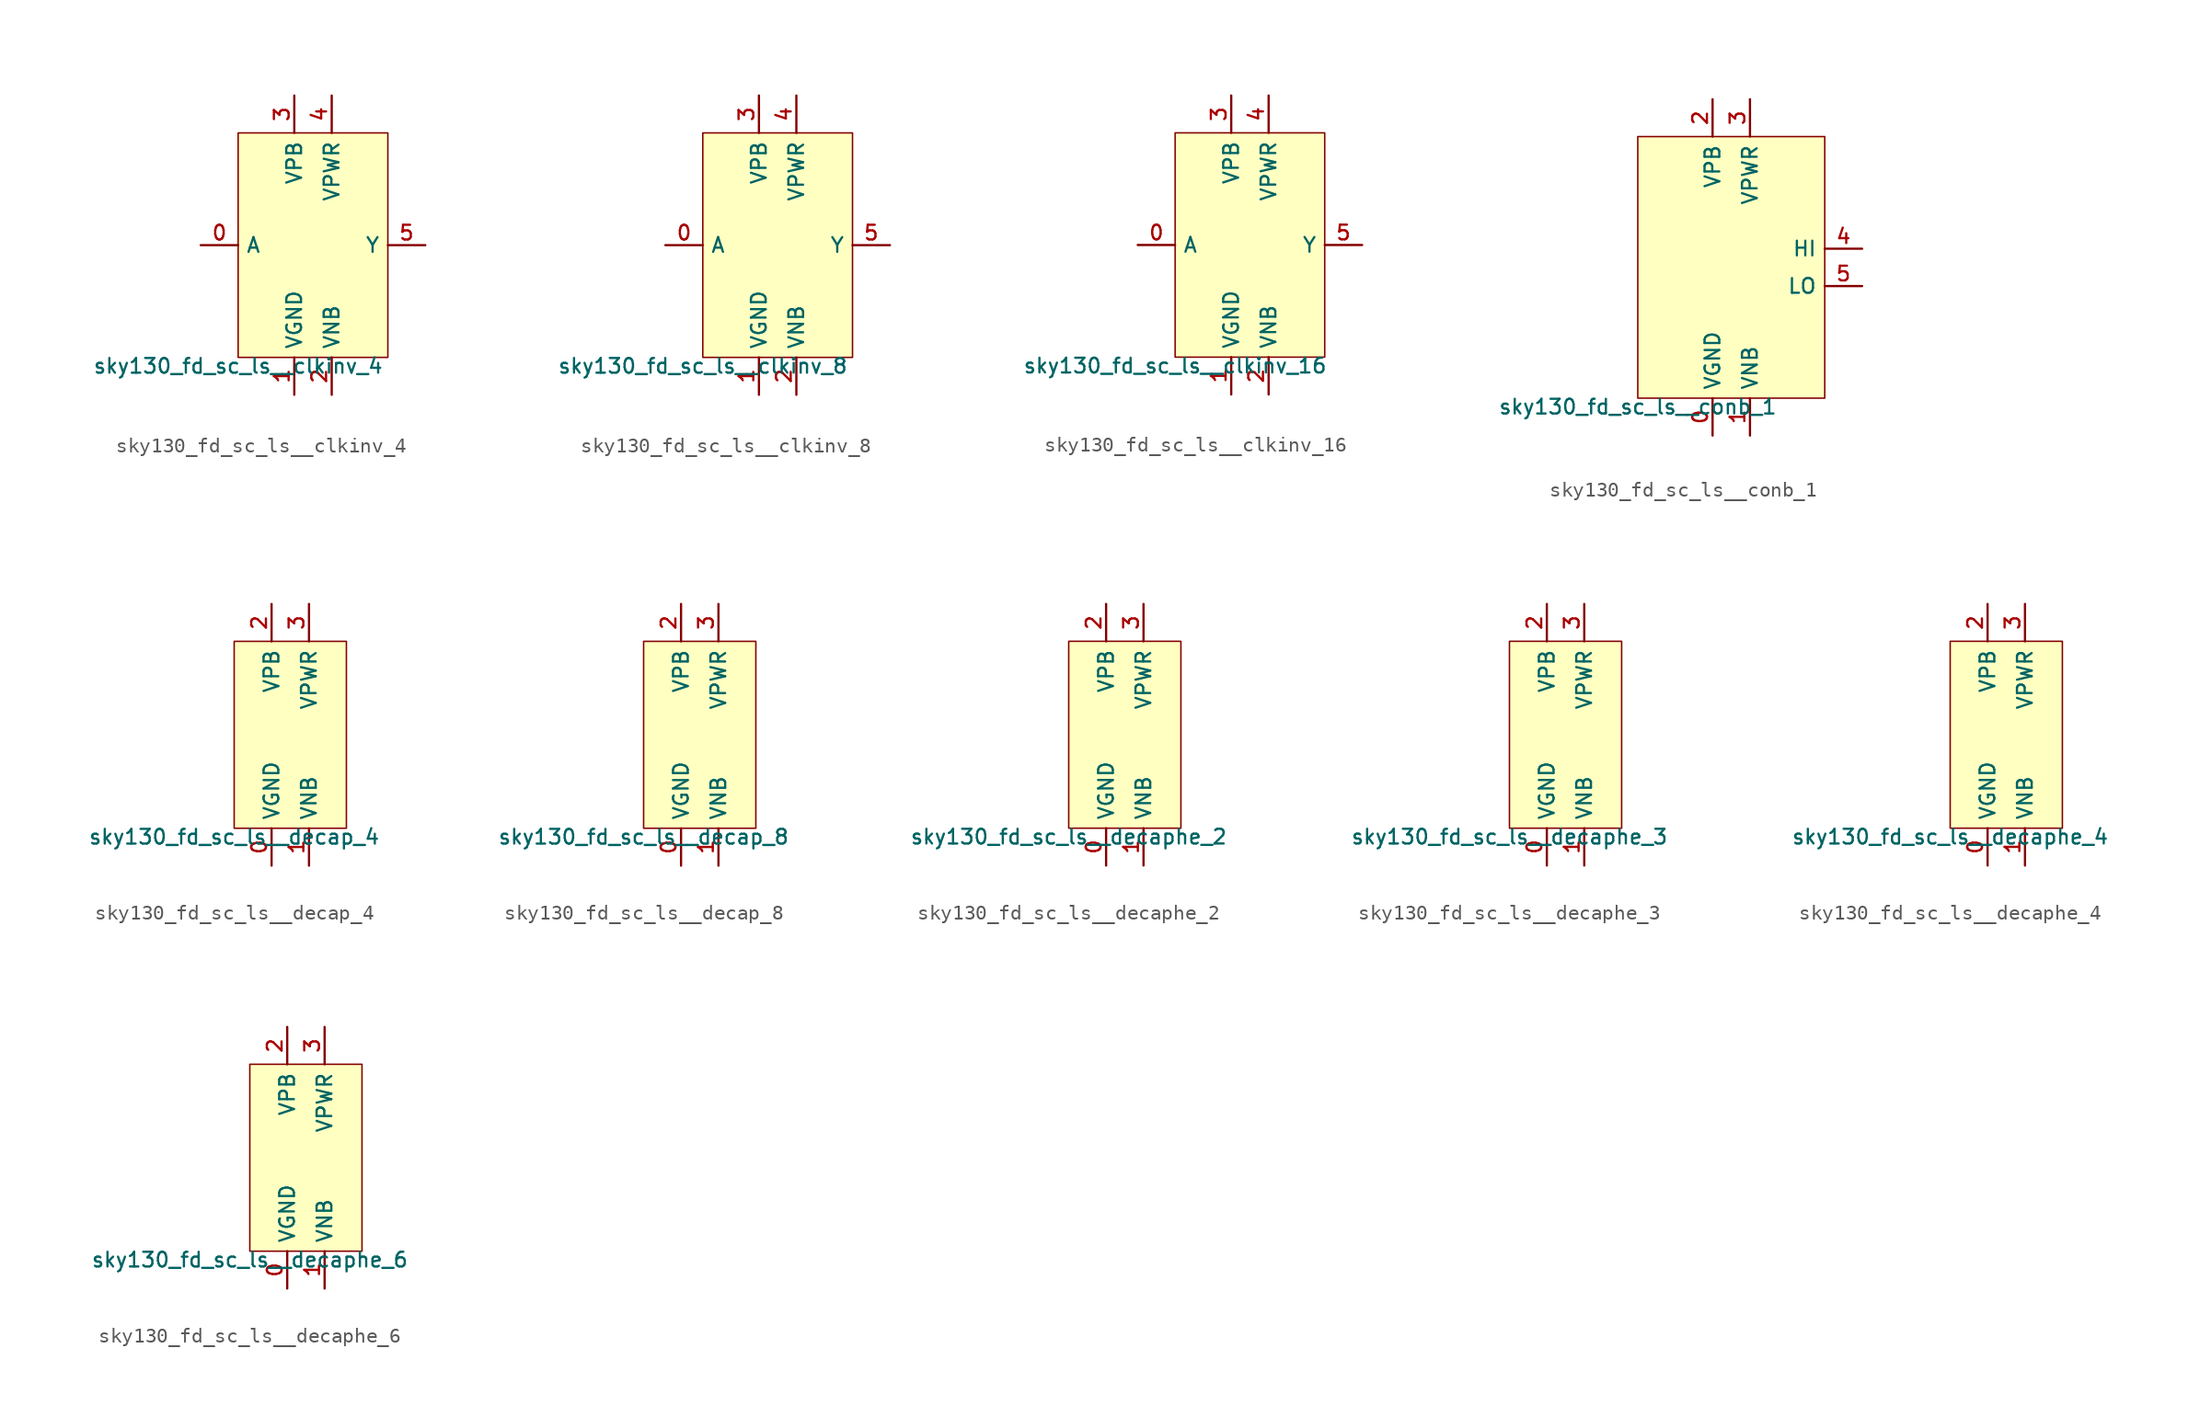
<source format=kicad_sym>
(kicad_symbol_lib
  (version 20211014)
  (generator lef2kicad_sym)
  (symbol "sky130_fd_sc_ls__clkinv_4"
    (property "Reference" "X"
      (at 0 0 0)
      (effects (font (size 1 1)) hide))
    (property "Value" "sky130_fd_sc_ls__clkinv_4"
      (at -5.08 -7.62 0)
      (effects (font (size 1 1)) (justify top)))
    (rectangle
      (start -5.08 -7.62)
      (end 5.08 7.62)
      (stroke (width 0.1) (type solid) (color 0 0 0 0))
      (fill (type background)))
    (pin input line
      (at -7.62 0.0 0)
      (length 2.54)
      (name "A" (effects (font (size 1 1)) hide))
      (number "0" (effects (font (size 1 1)) hide)))
    (pin power_in line
      (at -1.27 -10.16 90)
      (length 2.54)
      (name "VGND" (effects (font (size 1 1)) hide))
      (number "1" (effects (font (size 1 1)) hide)))
    (pin power_in line
      (at 1.27 -10.16 90)
      (length 2.54)
      (name "VNB" (effects (font (size 1 1)) hide))
      (number "2" (effects (font (size 1 1)) hide)))
    (pin power_in line
      (at -1.27 10.16 270)
      (length 2.54)
      (name "VPB" (effects (font (size 1 1)) hide))
      (number "3" (effects (font (size 1 1)) hide)))
    (pin power_in line
      (at 1.27 10.16 270)
      (length 2.54)
      (name "VPWR" (effects (font (size 1 1)) hide))
      (number "4" (effects (font (size 1 1)) hide)))
    (pin output line
      (at 7.62 0.0 180)
      (length 2.54)
      (name "Y" (effects (font (size 1 1)) hide))
      (number "5" (effects (font (size 1 1)) hide))))
  (symbol "sky130_fd_sc_ls__clkinv_8"
    (property "Reference" "X"
      (at 0 0 0)
      (effects (font (size 1 1)) hide))
    (property "Value" "sky130_fd_sc_ls__clkinv_8"
      (at -5.08 -7.62 0)
      (effects (font (size 1 1)) (justify top)))
    (rectangle
      (start -5.08 -7.62)
      (end 5.08 7.62)
      (stroke (width 0.1) (type solid) (color 0 0 0 0))
      (fill (type background)))
    (pin input line
      (at -7.62 0.0 0)
      (length 2.54)
      (name "A" (effects (font (size 1 1)) hide))
      (number "0" (effects (font (size 1 1)) hide)))
    (pin power_in line
      (at -1.27 -10.16 90)
      (length 2.54)
      (name "VGND" (effects (font (size 1 1)) hide))
      (number "1" (effects (font (size 1 1)) hide)))
    (pin power_in line
      (at 1.27 -10.16 90)
      (length 2.54)
      (name "VNB" (effects (font (size 1 1)) hide))
      (number "2" (effects (font (size 1 1)) hide)))
    (pin power_in line
      (at -1.27 10.16 270)
      (length 2.54)
      (name "VPB" (effects (font (size 1 1)) hide))
      (number "3" (effects (font (size 1 1)) hide)))
    (pin power_in line
      (at 1.27 10.16 270)
      (length 2.54)
      (name "VPWR" (effects (font (size 1 1)) hide))
      (number "4" (effects (font (size 1 1)) hide)))
    (pin output line
      (at 7.62 0.0 180)
      (length 2.54)
      (name "Y" (effects (font (size 1 1)) hide))
      (number "5" (effects (font (size 1 1)) hide))))
  (symbol "sky130_fd_sc_ls__clkinv_16"
    (property "Reference" "X"
      (at 0 0 0)
      (effects (font (size 1 1)) hide))
    (property "Value" "sky130_fd_sc_ls__clkinv_16"
      (at -5.08 -7.62 0)
      (effects (font (size 1 1)) (justify top)))
    (rectangle
      (start -5.08 -7.62)
      (end 5.08 7.62)
      (stroke (width 0.1) (type solid) (color 0 0 0 0))
      (fill (type background)))
    (pin input line
      (at -7.62 0.0 0)
      (length 2.54)
      (name "A" (effects (font (size 1 1)) hide))
      (number "0" (effects (font (size 1 1)) hide)))
    (pin power_in line
      (at -1.27 -10.16 90)
      (length 2.54)
      (name "VGND" (effects (font (size 1 1)) hide))
      (number "1" (effects (font (size 1 1)) hide)))
    (pin power_in line
      (at 1.27 -10.16 90)
      (length 2.54)
      (name "VNB" (effects (font (size 1 1)) hide))
      (number "2" (effects (font (size 1 1)) hide)))
    (pin power_in line
      (at -1.27 10.16 270)
      (length 2.54)
      (name "VPB" (effects (font (size 1 1)) hide))
      (number "3" (effects (font (size 1 1)) hide)))
    (pin power_in line
      (at 1.27 10.16 270)
      (length 2.54)
      (name "VPWR" (effects (font (size 1 1)) hide))
      (number "4" (effects (font (size 1 1)) hide)))
    (pin output line
      (at 7.62 0.0 180)
      (length 2.54)
      (name "Y" (effects (font (size 1 1)) hide))
      (number "5" (effects (font (size 1 1)) hide))))
  (symbol "sky130_fd_sc_ls__conb_1"
    (property "Reference" "X"
      (at 0 0 0)
      (effects (font (size 1 1)) hide))
    (property "Value" "sky130_fd_sc_ls__conb_1"
      (at -6.35 -8.89 0)
      (effects (font (size 1 1)) (justify top)))
    (rectangle
      (start -6.35 -8.89)
      (end 6.35 8.89)
      (stroke (width 0.1) (type solid) (color 0 0 0 0))
      (fill (type background)))
    (pin power_in line
      (at -1.27 -11.43 90)
      (length 2.54)
      (name "VGND" (effects (font (size 1 1)) hide))
      (number "0" (effects (font (size 1 1)) hide)))
    (pin power_in line
      (at 1.27 -11.43 90)
      (length 2.54)
      (name "VNB" (effects (font (size 1 1)) hide))
      (number "1" (effects (font (size 1 1)) hide)))
    (pin power_in line
      (at -1.27 11.43 270)
      (length 2.54)
      (name "VPB" (effects (font (size 1 1)) hide))
      (number "2" (effects (font (size 1 1)) hide)))
    (pin power_in line
      (at 1.27 11.43 270)
      (length 2.54)
      (name "VPWR" (effects (font (size 1 1)) hide))
      (number "3" (effects (font (size 1 1)) hide)))
    (pin output line
      (at 8.89 1.27 180)
      (length 2.54)
      (name "HI" (effects (font (size 1 1)) hide))
      (number "4" (effects (font (size 1 1)) hide)))
    (pin output line
      (at 8.89 -1.27 180)
      (length 2.54)
      (name "LO" (effects (font (size 1 1)) hide))
      (number "5" (effects (font (size 1 1)) hide))))
  (symbol "sky130_fd_sc_ls__decap_4"
    (property "Reference" "X"
      (at 0 0 0)
      (effects (font (size 1 1)) hide))
    (property "Value" "sky130_fd_sc_ls__decap_4"
      (at -3.81 -6.35 0)
      (effects (font (size 1 1)) (justify top)))
    (rectangle
      (start -3.81 -6.35)
      (end 3.81 6.35)
      (stroke (width 0.1) (type solid) (color 0 0 0 0))
      (fill (type background)))
    (pin power_in line
      (at -1.27 -8.89 90)
      (length 2.54)
      (name "VGND" (effects (font (size 1 1)) hide))
      (number "0" (effects (font (size 1 1)) hide)))
    (pin power_in line
      (at 1.27 -8.89 90)
      (length 2.54)
      (name "VNB" (effects (font (size 1 1)) hide))
      (number "1" (effects (font (size 1 1)) hide)))
    (pin power_in line
      (at -1.27 8.89 270)
      (length 2.54)
      (name "VPB" (effects (font (size 1 1)) hide))
      (number "2" (effects (font (size 1 1)) hide)))
    (pin power_in line
      (at 1.27 8.89 270)
      (length 2.54)
      (name "VPWR" (effects (font (size 1 1)) hide))
      (number "3" (effects (font (size 1 1)) hide))))
  (symbol "sky130_fd_sc_ls__decap_8"
    (property "Reference" "X"
      (at 0 0 0)
      (effects (font (size 1 1)) hide))
    (property "Value" "sky130_fd_sc_ls__decap_8"
      (at -3.81 -6.35 0)
      (effects (font (size 1 1)) (justify top)))
    (rectangle
      (start -3.81 -6.35)
      (end 3.81 6.35)
      (stroke (width 0.1) (type solid) (color 0 0 0 0))
      (fill (type background)))
    (pin power_in line
      (at -1.27 -8.89 90)
      (length 2.54)
      (name "VGND" (effects (font (size 1 1)) hide))
      (number "0" (effects (font (size 1 1)) hide)))
    (pin power_in line
      (at 1.27 -8.89 90)
      (length 2.54)
      (name "VNB" (effects (font (size 1 1)) hide))
      (number "1" (effects (font (size 1 1)) hide)))
    (pin power_in line
      (at -1.27 8.89 270)
      (length 2.54)
      (name "VPB" (effects (font (size 1 1)) hide))
      (number "2" (effects (font (size 1 1)) hide)))
    (pin power_in line
      (at 1.27 8.89 270)
      (length 2.54)
      (name "VPWR" (effects (font (size 1 1)) hide))
      (number "3" (effects (font (size 1 1)) hide))))
  (symbol "sky130_fd_sc_ls__decaphe_2"
    (property "Reference" "X"
      (at 0 0 0)
      (effects (font (size 1 1)) hide))
    (property "Value" "sky130_fd_sc_ls__decaphe_2"
      (at -3.81 -6.35 0)
      (effects (font (size 1 1)) (justify top)))
    (rectangle
      (start -3.81 -6.35)
      (end 3.81 6.35)
      (stroke (width 0.1) (type solid) (color 0 0 0 0))
      (fill (type background)))
    (pin power_in line
      (at -1.27 -8.89 90)
      (length 2.54)
      (name "VGND" (effects (font (size 1 1)) hide))
      (number "0" (effects (font (size 1 1)) hide)))
    (pin power_in line
      (at 1.27 -8.89 90)
      (length 2.54)
      (name "VNB" (effects (font (size 1 1)) hide))
      (number "1" (effects (font (size 1 1)) hide)))
    (pin power_in line
      (at -1.27 8.89 270)
      (length 2.54)
      (name "VPB" (effects (font (size 1 1)) hide))
      (number "2" (effects (font (size 1 1)) hide)))
    (pin power_in line
      (at 1.27 8.89 270)
      (length 2.54)
      (name "VPWR" (effects (font (size 1 1)) hide))
      (number "3" (effects (font (size 1 1)) hide))))
  (symbol "sky130_fd_sc_ls__decaphe_3"
    (property "Reference" "X"
      (at 0 0 0)
      (effects (font (size 1 1)) hide))
    (property "Value" "sky130_fd_sc_ls__decaphe_3"
      (at -3.81 -6.35 0)
      (effects (font (size 1 1)) (justify top)))
    (rectangle
      (start -3.81 -6.35)
      (end 3.81 6.35)
      (stroke (width 0.1) (type solid) (color 0 0 0 0))
      (fill (type background)))
    (pin power_in line
      (at -1.27 -8.89 90)
      (length 2.54)
      (name "VGND" (effects (font (size 1 1)) hide))
      (number "0" (effects (font (size 1 1)) hide)))
    (pin power_in line
      (at 1.27 -8.89 90)
      (length 2.54)
      (name "VNB" (effects (font (size 1 1)) hide))
      (number "1" (effects (font (size 1 1)) hide)))
    (pin power_in line
      (at -1.27 8.89 270)
      (length 2.54)
      (name "VPB" (effects (font (size 1 1)) hide))
      (number "2" (effects (font (size 1 1)) hide)))
    (pin power_in line
      (at 1.27 8.89 270)
      (length 2.54)
      (name "VPWR" (effects (font (size 1 1)) hide))
      (number "3" (effects (font (size 1 1)) hide))))
  (symbol "sky130_fd_sc_ls__decaphe_4"
    (property "Reference" "X"
      (at 0 0 0)
      (effects (font (size 1 1)) hide))
    (property "Value" "sky130_fd_sc_ls__decaphe_4"
      (at -3.81 -6.35 0)
      (effects (font (size 1 1)) (justify top)))
    (rectangle
      (start -3.81 -6.35)
      (end 3.81 6.35)
      (stroke (width 0.1) (type solid) (color 0 0 0 0))
      (fill (type background)))
    (pin power_in line
      (at -1.27 -8.89 90)
      (length 2.54)
      (name "VGND" (effects (font (size 1 1)) hide))
      (number "0" (effects (font (size 1 1)) hide)))
    (pin power_in line
      (at 1.27 -8.89 90)
      (length 2.54)
      (name "VNB" (effects (font (size 1 1)) hide))
      (number "1" (effects (font (size 1 1)) hide)))
    (pin power_in line
      (at -1.27 8.89 270)
      (length 2.54)
      (name "VPB" (effects (font (size 1 1)) hide))
      (number "2" (effects (font (size 1 1)) hide)))
    (pin power_in line
      (at 1.27 8.89 270)
      (length 2.54)
      (name "VPWR" (effects (font (size 1 1)) hide))
      (number "3" (effects (font (size 1 1)) hide))))
  (symbol "sky130_fd_sc_ls__decaphe_6"
    (property "Reference" "X"
      (at 0 0 0)
      (effects (font (size 1 1)) hide))
    (property "Value" "sky130_fd_sc_ls__decaphe_6"
      (at -3.81 -6.35 0)
      (effects (font (size 1 1)) (justify top)))
    (rectangle
      (start -3.81 -6.35)
      (end 3.81 6.35)
      (stroke (width 0.1) (type solid) (color 0 0 0 0))
      (fill (type background)))
    (pin power_in line
      (at -1.27 -8.89 90)
      (length 2.54)
      (name "VGND" (effects (font (size 1 1)) hide))
      (number "0" (effects (font (size 1 1)) hide)))
    (pin power_in line
      (at 1.27 -8.89 90)
      (length 2.54)
      (name "VNB" (effects (font (size 1 1)) hide))
      (number "1" (effects (font (size 1 1)) hide)))
    (pin power_in line
      (at -1.27 8.89 270)
      (length 2.54)
      (name "VPB" (effects (font (size 1 1)) hide))
      (number "2" (effects (font (size 1 1)) hide)))
    (pin power_in line
      (at 1.27 8.89 270)
      (length 2.54)
      (name "VPWR" (effects (font (size 1 1)) hide))
      (number "3" (effects (font (size 1 1)) hide)))))
</source>
